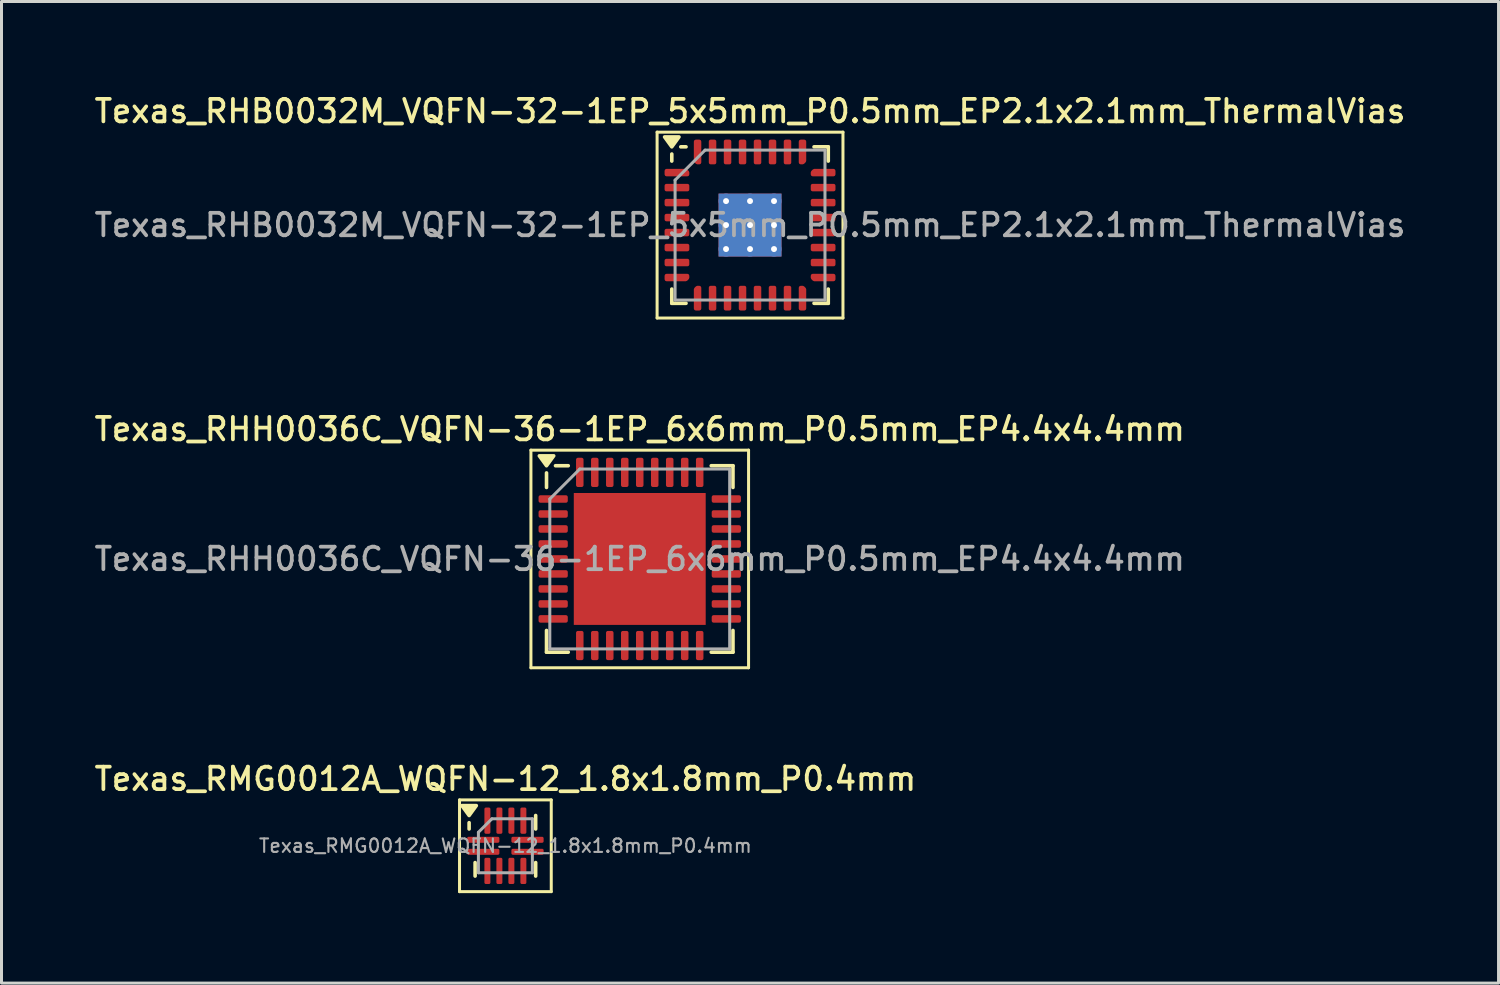
<source format=kicad_pcb>
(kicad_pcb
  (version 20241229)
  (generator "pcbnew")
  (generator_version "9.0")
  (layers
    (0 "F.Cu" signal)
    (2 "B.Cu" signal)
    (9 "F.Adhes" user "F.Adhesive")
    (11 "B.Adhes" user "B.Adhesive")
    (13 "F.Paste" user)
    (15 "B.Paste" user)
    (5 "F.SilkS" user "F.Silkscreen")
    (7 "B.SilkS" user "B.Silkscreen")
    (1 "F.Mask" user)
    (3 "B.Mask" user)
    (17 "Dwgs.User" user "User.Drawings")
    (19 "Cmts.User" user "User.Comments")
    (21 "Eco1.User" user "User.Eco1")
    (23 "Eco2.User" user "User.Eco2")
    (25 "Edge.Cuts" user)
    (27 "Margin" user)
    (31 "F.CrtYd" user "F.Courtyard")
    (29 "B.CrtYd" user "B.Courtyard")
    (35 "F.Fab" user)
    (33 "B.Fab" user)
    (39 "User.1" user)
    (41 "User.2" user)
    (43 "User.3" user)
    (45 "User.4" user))
  (footprint "Texas_RMG0012A_WQFN-12_1.8x1.8mm_P0.4mm"
    (layer "F.Cu")
    (at 13.809 25.164)
    (property "Reference" "Texas_RMG0012A_WQFN-12_1.8x1.8mm_P0.4mm" (at 0 -2.23 0) (layer "F.SilkS") (effects (font (size 0.75 0.75) (thickness 0.125))))
    (attr smd)
    (fp_line (start -1.53 -1.53) (end -1.53 1.53) (stroke (width 0.1) (type solid)) (layer "F.SilkS"))
    (fp_line (start -1.53 1.53) (end 1.53 1.53) (stroke (width 0.1) (type solid)) (layer "F.SilkS"))
    (fp_line (start -1.21 -0.56) (end -1.21 -0.77) (stroke (width 0.12) (type solid)) (layer "F.SilkS"))
    (fp_line (start -1.01 1.01) (end -1.01 0.56) (stroke (width 0.12) (type solid)) (layer "F.SilkS"))
    (fp_line (start 1.01 -1.01) (end 1.01 -0.56) (stroke (width 0.12) (type solid)) (layer "F.SilkS"))
    (fp_line (start 1.01 1.01) (end 1.01 0.56) (stroke (width 0.12) (type solid)) (layer "F.SilkS"))
    (fp_line (start 1.53 -1.53) (end -1.53 -1.53) (stroke (width 0.1) (type solid)) (layer "F.SilkS"))
    (fp_line (start 1.53 1.53) (end 1.53 -1.53) (stroke (width 0.1) (type solid)) (layer "F.SilkS"))
    (fp_poly (pts (xy -1.21 -1.01) (xy -1.45 -1.34) (xy -0.97 -1.34) (xy -1.21 -1.01)) (stroke (width 0.12) (type solid)) (fill yes) (layer "F.SilkS"))
    (fp_line (start -0.9 -0.45) (end -0.45 -0.9) (stroke (width 0.1) (type solid)) (layer "F.Fab"))
    (fp_line (start -0.9 0.9) (end -0.9 -0.45) (stroke (width 0.1) (type solid)) (layer "F.Fab"))
    (fp_line (start -0.45 -0.9) (end 0.9 -0.9) (stroke (width 0.1) (type solid)) (layer "F.Fab"))
    (fp_line (start 0.9 -0.9) (end 0.9 0.9) (stroke (width 0.1) (type solid)) (layer "F.Fab"))
    (fp_line (start 0.9 0.9) (end -0.9 0.9) (stroke (width 0.1) (type solid)) (layer "F.Fab"))
    (fp_text user "${REFERENCE}" (at 0 0 0) (layer "F.Fab") (effects (font (size 0.45 0.45) (thickness 0.07))))
    (pad "1" smd roundrect (at -0.738 -0.2) (size 1.075 0.2) (layers "F.Cu" "F.Mask" "F.Paste") (roundrect_rratio 0.25))
    (pad "2" smd roundrect (at -0.738 0.2) (size 1.075 0.2) (layers "F.Cu" "F.Mask" "F.Paste") (roundrect_rratio 0.25))
    (pad "3" smd roundrect (at -0.6 0.838) (size 0.2 0.875) (layers "F.Cu" "F.Mask" "F.Paste") (roundrect_rratio 0.25))
    (pad "4" smd roundrect (at -0.2 0.838) (size 0.2 0.875) (layers "F.Cu" "F.Mask" "F.Paste") (roundrect_rratio 0.25))
    (pad "5" smd roundrect (at 0.2 0.838) (size 0.2 0.875) (layers "F.Cu" "F.Mask" "F.Paste") (roundrect_rratio 0.25))
    (pad "6" smd roundrect (at 0.6 0.838) (size 0.2 0.875) (layers "F.Cu" "F.Mask" "F.Paste") (roundrect_rratio 0.25))
    (pad "7" smd roundrect (at 0.738 0.2) (size 1.075 0.2) (layers "F.Cu" "F.Mask" "F.Paste") (roundrect_rratio 0.25))
    (pad "8" smd roundrect (at 0.738 -0.2) (size 1.075 0.2) (layers "F.Cu" "F.Mask" "F.Paste") (roundrect_rratio 0.25))
    (pad "9" smd roundrect (at 0.6 -0.838) (size 0.2 0.875) (layers "F.Cu" "F.Mask" "F.Paste") (roundrect_rratio 0.25))
    (pad "10" smd roundrect (at 0.2 -0.838) (size 0.2 0.875) (layers "F.Cu" "F.Mask" "F.Paste") (roundrect_rratio 0.25))
    (pad "11" smd roundrect (at -0.2 -0.838) (size 0.2 0.875) (layers "F.Cu" "F.Mask" "F.Paste") (roundrect_rratio 0.25))
    (pad "12" smd roundrect (at -0.6 -0.838) (size 0.2 0.875) (layers "F.Cu" "F.Mask" "F.Paste") (roundrect_rratio 0.25)))
  (footprint "Texas_RHH0036C_VQFN-36-1EP_6x6mm_P0.5mm_EP4.4x4.4mm"
    (layer "F.Cu")
    (at 18.291 15.596)
    (property "Reference" "Texas_RHH0036C_VQFN-36-1EP_6x6mm_P0.5mm_EP4.4x4.4mm" (at 0 -4.33 0) (layer "F.SilkS") (effects (font (size 0.75 0.75) (thickness 0.125))))
    (attr smd)
    (fp_line (start -3.63 -3.63) (end -3.63 3.63) (stroke (width 0.1) (type solid)) (layer "F.SilkS"))
    (fp_line (start -3.63 3.63) (end 3.63 3.63) (stroke (width 0.1) (type solid)) (layer "F.SilkS"))
    (fp_line (start -3.11 -2.385) (end -3.11 -2.87) (stroke (width 0.12) (type solid)) (layer "F.SilkS"))
    (fp_line (start -3.11 3.11) (end -3.11 2.385) (stroke (width 0.12) (type solid)) (layer "F.SilkS"))
    (fp_line (start -2.385 -3.11) (end -2.81 -3.11) (stroke (width 0.12) (type solid)) (layer "F.SilkS"))
    (fp_line (start -2.385 3.11) (end -3.11 3.11) (stroke (width 0.12) (type solid)) (layer "F.SilkS"))
    (fp_line (start 2.385 -3.11) (end 3.11 -3.11) (stroke (width 0.12) (type solid)) (layer "F.SilkS"))
    (fp_line (start 2.385 3.11) (end 3.11 3.11) (stroke (width 0.12) (type solid)) (layer "F.SilkS"))
    (fp_line (start 3.11 -3.11) (end 3.11 -2.385) (stroke (width 0.12) (type solid)) (layer "F.SilkS"))
    (fp_line (start 3.11 3.11) (end 3.11 2.385) (stroke (width 0.12) (type solid)) (layer "F.SilkS"))
    (fp_line (start 3.63 -3.63) (end -3.63 -3.63) (stroke (width 0.1) (type solid)) (layer "F.SilkS"))
    (fp_line (start 3.63 3.63) (end 3.63 -3.63) (stroke (width 0.1) (type solid)) (layer "F.SilkS"))
    (fp_poly (pts (xy -3.11 -3.11) (xy -3.35 -3.44) (xy -2.87 -3.44) (xy -3.11 -3.11)) (stroke (width 0.12) (type solid)) (fill yes) (layer "F.SilkS"))
    (fp_line (start -3 -2) (end -2 -3) (stroke (width 0.1) (type solid)) (layer "F.Fab"))
    (fp_line (start -3 3) (end -3 -2) (stroke (width 0.1) (type solid)) (layer "F.Fab"))
    (fp_line (start -2 -3) (end 3 -3) (stroke (width 0.1) (type solid)) (layer "F.Fab"))
    (fp_line (start 3 -3) (end 3 3) (stroke (width 0.1) (type solid)) (layer "F.Fab"))
    (fp_line (start 3 3) (end -3 3) (stroke (width 0.1) (type solid)) (layer "F.Fab"))
    (fp_text user "${REFERENCE}" (at 0 0 0) (layer "F.Fab") (effects (font (size 0.75 0.75) (thickness 0.125))))
    (pad "" smd roundrect (at -1.47 -1.47) (size 1.18 1.18) (layers "F.Paste") (roundrect_rratio 0.212))
    (pad "" smd roundrect (at -1.47 0) (size 1.18 1.18) (layers "F.Paste") (roundrect_rratio 0.212))
    (pad "" smd roundrect (at -1.47 1.47) (size 1.18 1.18) (layers "F.Paste") (roundrect_rratio 0.212))
    (pad "" smd roundrect (at 0 -1.47) (size 1.18 1.18) (layers "F.Paste") (roundrect_rratio 0.212))
    (pad "" smd roundrect (at 0 0) (size 1.18 1.18) (layers "F.Paste") (roundrect_rratio 0.212))
    (pad "" smd roundrect (at 0 1.47) (size 1.18 1.18) (layers "F.Paste") (roundrect_rratio 0.212))
    (pad "" smd roundrect (at 1.47 -1.47) (size 1.18 1.18) (layers "F.Paste") (roundrect_rratio 0.212))
    (pad "" smd roundrect (at 1.47 0) (size 1.18 1.18) (layers "F.Paste") (roundrect_rratio 0.212))
    (pad "" smd roundrect (at 1.47 1.47) (size 1.18 1.18) (layers "F.Paste") (roundrect_rratio 0.212))
    (pad "1" smd roundrect (at -2.888 -2) (size 0.975 0.25) (layers "F.Cu" "F.Mask" "F.Paste") (roundrect_rratio 0.25))
    (pad "2" smd roundrect (at -2.888 -1.5) (size 0.975 0.25) (layers "F.Cu" "F.Mask" "F.Paste") (roundrect_rratio 0.25))
    (pad "3" smd roundrect (at -2.888 -1) (size 0.975 0.25) (layers "F.Cu" "F.Mask" "F.Paste") (roundrect_rratio 0.25))
    (pad "4" smd roundrect (at -2.888 -0.5) (size 0.975 0.25) (layers "F.Cu" "F.Mask" "F.Paste") (roundrect_rratio 0.25))
    (pad "5" smd roundrect (at -2.888 0) (size 0.975 0.25) (layers "F.Cu" "F.Mask" "F.Paste") (roundrect_rratio 0.25))
    (pad "6" smd roundrect (at -2.888 0.5) (size 0.975 0.25) (layers "F.Cu" "F.Mask" "F.Paste") (roundrect_rratio 0.25))
    (pad "7" smd roundrect (at -2.888 1) (size 0.975 0.25) (layers "F.Cu" "F.Mask" "F.Paste") (roundrect_rratio 0.25))
    (pad "8" smd roundrect (at -2.888 1.5) (size 0.975 0.25) (layers "F.Cu" "F.Mask" "F.Paste") (roundrect_rratio 0.25))
    (pad "9" smd roundrect (at -2.888 2) (size 0.975 0.25) (layers "F.Cu" "F.Mask" "F.Paste") (roundrect_rratio 0.25))
    (pad "10" smd roundrect (at -2 2.888) (size 0.25 0.975) (layers "F.Cu" "F.Mask" "F.Paste") (roundrect_rratio 0.25))
    (pad "11" smd roundrect (at -1.5 2.888) (size 0.25 0.975) (layers "F.Cu" "F.Mask" "F.Paste") (roundrect_rratio 0.25))
    (pad "12" smd roundrect (at -1 2.888) (size 0.25 0.975) (layers "F.Cu" "F.Mask" "F.Paste") (roundrect_rratio 0.25))
    (pad "13" smd roundrect (at -0.5 2.888) (size 0.25 0.975) (layers "F.Cu" "F.Mask" "F.Paste") (roundrect_rratio 0.25))
    (pad "14" smd roundrect (at 0 2.888) (size 0.25 0.975) (layers "F.Cu" "F.Mask" "F.Paste") (roundrect_rratio 0.25))
    (pad "15" smd roundrect (at 0.5 2.888) (size 0.25 0.975) (layers "F.Cu" "F.Mask" "F.Paste") (roundrect_rratio 0.25))
    (pad "16" smd roundrect (at 1 2.888) (size 0.25 0.975) (layers "F.Cu" "F.Mask" "F.Paste") (roundrect_rratio 0.25))
    (pad "17" smd roundrect (at 1.5 2.888) (size 0.25 0.975) (layers "F.Cu" "F.Mask" "F.Paste") (roundrect_rratio 0.25))
    (pad "18" smd roundrect (at 2 2.888) (size 0.25 0.975) (layers "F.Cu" "F.Mask" "F.Paste") (roundrect_rratio 0.25))
    (pad "19" smd roundrect (at 2.888 2) (size 0.975 0.25) (layers "F.Cu" "F.Mask" "F.Paste") (roundrect_rratio 0.25))
    (pad "20" smd roundrect (at 2.888 1.5) (size 0.975 0.25) (layers "F.Cu" "F.Mask" "F.Paste") (roundrect_rratio 0.25))
    (pad "21" smd roundrect (at 2.888 1) (size 0.975 0.25) (layers "F.Cu" "F.Mask" "F.Paste") (roundrect_rratio 0.25))
    (pad "22" smd roundrect (at 2.888 0.5) (size 0.975 0.25) (layers "F.Cu" "F.Mask" "F.Paste") (roundrect_rratio 0.25))
    (pad "23" smd roundrect (at 2.888 0) (size 0.975 0.25) (layers "F.Cu" "F.Mask" "F.Paste") (roundrect_rratio 0.25))
    (pad "24" smd roundrect (at 2.888 -0.5) (size 0.975 0.25) (layers "F.Cu" "F.Mask" "F.Paste") (roundrect_rratio 0.25))
    (pad "25" smd roundrect (at 2.888 -1) (size 0.975 0.25) (layers "F.Cu" "F.Mask" "F.Paste") (roundrect_rratio 0.25))
    (pad "26" smd roundrect (at 2.888 -1.5) (size 0.975 0.25) (layers "F.Cu" "F.Mask" "F.Paste") (roundrect_rratio 0.25))
    (pad "27" smd roundrect (at 2.888 -2) (size 0.975 0.25) (layers "F.Cu" "F.Mask" "F.Paste") (roundrect_rratio 0.25))
    (pad "28" smd roundrect (at 2 -2.888) (size 0.25 0.975) (layers "F.Cu" "F.Mask" "F.Paste") (roundrect_rratio 0.25))
    (pad "29" smd roundrect (at 1.5 -2.888) (size 0.25 0.975) (layers "F.Cu" "F.Mask" "F.Paste") (roundrect_rratio 0.25))
    (pad "30" smd roundrect (at 1 -2.888) (size 0.25 0.975) (layers "F.Cu" "F.Mask" "F.Paste") (roundrect_rratio 0.25))
    (pad "31" smd roundrect (at 0.5 -2.888) (size 0.25 0.975) (layers "F.Cu" "F.Mask" "F.Paste") (roundrect_rratio 0.25))
    (pad "32" smd roundrect (at 0 -2.888) (size 0.25 0.975) (layers "F.Cu" "F.Mask" "F.Paste") (roundrect_rratio 0.25))
    (pad "33" smd roundrect (at -0.5 -2.888) (size 0.25 0.975) (layers "F.Cu" "F.Mask" "F.Paste") (roundrect_rratio 0.25))
    (pad "34" smd roundrect (at -1 -2.888) (size 0.25 0.975) (layers "F.Cu" "F.Mask" "F.Paste") (roundrect_rratio 0.25))
    (pad "35" smd roundrect (at -1.5 -2.888) (size 0.25 0.975) (layers "F.Cu" "F.Mask" "F.Paste") (roundrect_rratio 0.25))
    (pad "36" smd roundrect (at -2 -2.888) (size 0.25 0.975) (layers "F.Cu" "F.Mask" "F.Paste") (roundrect_rratio 0.25))
    (pad "37" smd rect (at 0 0) (size 4.4 4.4) (property pad_prop_heatsink) (layers "F.Cu" "F.Mask")))
  (footprint "Texas_RHB0032M_VQFN-32-1EP_5x5mm_P0.5mm_EP2.1x2.1mm_ThermalVias"
    (layer "F.Cu")
    (at 21.97 4.458)
    (property "Reference" "Texas_RHB0032M_VQFN-32-1EP_5x5mm_P0.5mm_EP2.1x2.1mm_ThermalVias" (at 0 -3.8 0) (layer "F.SilkS") (effects (font (size 0.75 0.75) (thickness 0.125))))
    (attr smd)
    (fp_line (start -3.1 -3.1) (end -3.1 3.1) (stroke (width 0.1) (type solid)) (layer "F.SilkS"))
    (fp_line (start -3.1 3.1) (end 3.1 3.1) (stroke (width 0.1) (type solid)) (layer "F.SilkS"))
    (fp_line (start -2.61 -2.135) (end -2.61 -2.37) (stroke (width 0.12) (type solid)) (layer "F.SilkS"))
    (fp_line (start -2.61 2.61) (end -2.61 2.135) (stroke (width 0.12) (type solid)) (layer "F.SilkS"))
    (fp_line (start -2.135 -2.61) (end -2.31 -2.61) (stroke (width 0.12) (type solid)) (layer "F.SilkS"))
    (fp_line (start -2.135 2.61) (end -2.61 2.61) (stroke (width 0.12) (type solid)) (layer "F.SilkS"))
    (fp_line (start 2.135 -2.61) (end 2.61 -2.61) (stroke (width 0.12) (type solid)) (layer "F.SilkS"))
    (fp_line (start 2.135 2.61) (end 2.61 2.61) (stroke (width 0.12) (type solid)) (layer "F.SilkS"))
    (fp_line (start 2.61 -2.61) (end 2.61 -2.135) (stroke (width 0.12) (type solid)) (layer "F.SilkS"))
    (fp_line (start 2.61 2.61) (end 2.61 2.135) (stroke (width 0.12) (type solid)) (layer "F.SilkS"))
    (fp_line (start 3.1 -3.1) (end -3.1 -3.1) (stroke (width 0.1) (type solid)) (layer "F.SilkS"))
    (fp_line (start 3.1 3.1) (end 3.1 -3.1) (stroke (width 0.1) (type solid)) (layer "F.SilkS"))
    (fp_poly (pts (xy -2.61 -2.61) (xy -2.85 -2.94) (xy -2.37 -2.94) (xy -2.61 -2.61)) (stroke (width 0.12) (type solid)) (fill yes) (layer "F.SilkS"))
    (fp_line (start -2.5 -1.5) (end -1.5 -2.5) (stroke (width 0.1) (type solid)) (layer "F.Fab"))
    (fp_line (start -2.5 2.5) (end -2.5 -1.5) (stroke (width 0.1) (type solid)) (layer "F.Fab"))
    (fp_line (start -1.5 -2.5) (end 2.5 -2.5) (stroke (width 0.1) (type solid)) (layer "F.Fab"))
    (fp_line (start 2.5 -2.5) (end 2.5 2.5) (stroke (width 0.1) (type solid)) (layer "F.Fab"))
    (fp_line (start 2.5 2.5) (end -2.5 2.5) (stroke (width 0.1) (type solid)) (layer "F.Fab"))
    (fp_text user "${REFERENCE}" (at 0 0 0) (layer "F.Fab") (effects (font (size 0.75 0.75) (thickness 0.125))))
    (pad "" smd roundrect (at -0.525 -0.525) (size 0.94 0.94) (layers "F.Paste") (roundrect_rratio 0.25))
    (pad "" smd roundrect (at -0.525 0.525) (size 0.94 0.94) (layers "F.Paste") (roundrect_rratio 0.25))
    (pad "" smd roundrect (at 0.525 -0.525) (size 0.94 0.94) (layers "F.Paste") (roundrect_rratio 0.25))
    (pad "" smd roundrect (at 0.525 0.525) (size 0.94 0.94) (layers "F.Paste") (roundrect_rratio 0.25))
    (pad "1" smd custom (at -2.438 -1.75) (size 0.186 0.186) (layers "F.Cu" "F.Mask" "F.Paste") (options (anchor circle)) (primitives (gr_poly (pts (xy -0.35 -0.062) (xy 0.297 -0.062) (xy 0.35 -0.009) (xy 0.35 0.062) (xy -0.35 0.062)) (width 0.125) (fill yes))))
    (pad "2" smd roundrect (at -2.438 -1.25) (size 0.825 0.25) (layers "F.Cu" "F.Mask" "F.Paste") (roundrect_rratio 0.25))
    (pad "3" smd roundrect (at -2.438 -0.75) (size 0.825 0.25) (layers "F.Cu" "F.Mask" "F.Paste") (roundrect_rratio 0.25))
    (pad "4" smd roundrect (at -2.438 -0.25) (size 0.825 0.25) (layers "F.Cu" "F.Mask" "F.Paste") (roundrect_rratio 0.25))
    (pad "5" smd roundrect (at -2.438 0.25) (size 0.825 0.25) (layers "F.Cu" "F.Mask" "F.Paste") (roundrect_rratio 0.25))
    (pad "6" smd roundrect (at -2.438 0.75) (size 0.825 0.25) (layers "F.Cu" "F.Mask" "F.Paste") (roundrect_rratio 0.25))
    (pad "7" smd roundrect (at -2.438 1.25) (size 0.825 0.25) (layers "F.Cu" "F.Mask" "F.Paste") (roundrect_rratio 0.25))
    (pad "8" smd custom (at -2.438 1.75) (size 0.186 0.186) (layers "F.Cu" "F.Mask" "F.Paste") (options (anchor circle)) (primitives (gr_poly (pts (xy -0.35 -0.062) (xy 0.35 -0.062) (xy 0.35 0.009) (xy 0.297 0.062) (xy -0.35 0.062)) (width 0.125) (fill yes))))
    (pad "9" smd custom (at -1.75 2.438) (size 0.186 0.186) (layers "F.Cu" "F.Mask" "F.Paste") (options (anchor circle)) (primitives (gr_poly (pts (xy -0.062 -0.297) (xy -0.009 -0.35) (xy 0.062 -0.35) (xy 0.062 0.35) (xy -0.062 0.35)) (width 0.125) (fill yes))))
    (pad "10" smd roundrect (at -1.25 2.438) (size 0.25 0.825) (layers "F.Cu" "F.Mask" "F.Paste") (roundrect_rratio 0.25))
    (pad "11" smd roundrect (at -0.75 2.438) (size 0.25 0.825) (layers "F.Cu" "F.Mask" "F.Paste") (roundrect_rratio 0.25))
    (pad "12" smd roundrect (at -0.25 2.438) (size 0.25 0.825) (layers "F.Cu" "F.Mask" "F.Paste") (roundrect_rratio 0.25))
    (pad "13" smd roundrect (at 0.25 2.438) (size 0.25 0.825) (layers "F.Cu" "F.Mask" "F.Paste") (roundrect_rratio 0.25))
    (pad "14" smd roundrect (at 0.75 2.438) (size 0.25 0.825) (layers "F.Cu" "F.Mask" "F.Paste") (roundrect_rratio 0.25))
    (pad "15" smd roundrect (at 1.25 2.438) (size 0.25 0.825) (layers "F.Cu" "F.Mask" "F.Paste") (roundrect_rratio 0.25))
    (pad "16" smd custom (at 1.75 2.438) (size 0.186 0.186) (layers "F.Cu" "F.Mask" "F.Paste") (options (anchor circle)) (primitives (gr_poly (pts (xy -0.062 -0.35) (xy 0.009 -0.35) (xy 0.062 -0.297) (xy 0.062 0.35) (xy -0.062 0.35)) (width 0.125) (fill yes))))
    (pad "17" smd custom (at 2.438 1.75) (size 0.186 0.186) (layers "F.Cu" "F.Mask" "F.Paste") (options (anchor circle)) (primitives (gr_poly (pts (xy -0.35 -0.062) (xy 0.35 -0.062) (xy 0.35 0.062) (xy -0.297 0.062) (xy -0.35 0.009)) (width 0.125) (fill yes))))
    (pad "18" smd roundrect (at 2.438 1.25) (size 0.825 0.25) (layers "F.Cu" "F.Mask" "F.Paste") (roundrect_rratio 0.25))
    (pad "19" smd roundrect (at 2.438 0.75) (size 0.825 0.25) (layers "F.Cu" "F.Mask" "F.Paste") (roundrect_rratio 0.25))
    (pad "20" smd roundrect (at 2.438 0.25) (size 0.825 0.25) (layers "F.Cu" "F.Mask" "F.Paste") (roundrect_rratio 0.25))
    (pad "21" smd roundrect (at 2.438 -0.25) (size 0.825 0.25) (layers "F.Cu" "F.Mask" "F.Paste") (roundrect_rratio 0.25))
    (pad "22" smd roundrect (at 2.438 -0.75) (size 0.825 0.25) (layers "F.Cu" "F.Mask" "F.Paste") (roundrect_rratio 0.25))
    (pad "23" smd roundrect (at 2.438 -1.25) (size 0.825 0.25) (layers "F.Cu" "F.Mask" "F.Paste") (roundrect_rratio 0.25))
    (pad "24" smd custom (at 2.438 -1.75) (size 0.186 0.186) (layers "F.Cu" "F.Mask" "F.Paste") (options (anchor circle)) (primitives (gr_poly (pts (xy -0.35 -0.009) (xy -0.297 -0.062) (xy 0.35 -0.062) (xy 0.35 0.062) (xy -0.35 0.062)) (width 0.125) (fill yes))))
    (pad "25" smd custom (at 1.75 -2.438) (size 0.186 0.186) (layers "F.Cu" "F.Mask" "F.Paste") (options (anchor circle)) (primitives (gr_poly (pts (xy -0.062 -0.35) (xy 0.062 -0.35) (xy 0.062 0.297) (xy 0.009 0.35) (xy -0.062 0.35)) (width 0.125) (fill yes))))
    (pad "26" smd roundrect (at 1.25 -2.438) (size 0.25 0.825) (layers "F.Cu" "F.Mask" "F.Paste") (roundrect_rratio 0.25))
    (pad "27" smd roundrect (at 0.75 -2.438) (size 0.25 0.825) (layers "F.Cu" "F.Mask" "F.Paste") (roundrect_rratio 0.25))
    (pad "28" smd roundrect (at 0.25 -2.438) (size 0.25 0.825) (layers "F.Cu" "F.Mask" "F.Paste") (roundrect_rratio 0.25))
    (pad "29" smd roundrect (at -0.25 -2.438) (size 0.25 0.825) (layers "F.Cu" "F.Mask" "F.Paste") (roundrect_rratio 0.25))
    (pad "30" smd roundrect (at -0.75 -2.438) (size 0.25 0.825) (layers "F.Cu" "F.Mask" "F.Paste") (roundrect_rratio 0.25))
    (pad "31" smd roundrect (at -1.25 -2.438) (size 0.25 0.825) (layers "F.Cu" "F.Mask" "F.Paste") (roundrect_rratio 0.25))
    (pad "32" smd custom (at -1.75 -2.438) (size 0.186 0.186) (layers "F.Cu" "F.Mask" "F.Paste") (options (anchor circle)) (primitives (gr_poly (pts (xy -0.062 -0.35) (xy 0.062 -0.35) (xy 0.062 0.35) (xy -0.009 0.35) (xy -0.062 0.297)) (width 0.125) (fill yes))))
    (pad "33" thru_hole circle (at -0.8 -0.8) (size 0.5 0.5) (drill 0.2) (property pad_prop_heatsink) (layers "*.Cu"))
    (pad "33" thru_hole circle (at -0.8 0) (size 0.5 0.5) (drill 0.2) (property pad_prop_heatsink) (layers "*.Cu"))
    (pad "33" thru_hole circle (at -0.8 0.8) (size 0.5 0.5) (drill 0.2) (property pad_prop_heatsink) (layers "*.Cu"))
    (pad "33" thru_hole circle (at 0 -0.8) (size 0.5 0.5) (drill 0.2) (property pad_prop_heatsink) (layers "*.Cu"))
    (pad "33" thru_hole circle (at 0 0) (size 0.5 0.5) (drill 0.2) (property pad_prop_heatsink) (layers "*.Cu"))
    (pad "33" smd rect (at 0 0) (size 2.1 2.1) (property pad_prop_heatsink) (layers "F.Cu" "F.Mask"))
    (pad "33" smd rect (at 0 0) (size 2.1 2.1) (property pad_prop_heatsink) (layers "B.Cu"))
    (pad "33" thru_hole circle (at 0 0.8) (size 0.5 0.5) (drill 0.2) (property pad_prop_heatsink) (layers "*.Cu"))
    (pad "33" thru_hole circle (at 0.8 -0.8) (size 0.5 0.5) (drill 0.2) (property pad_prop_heatsink) (layers "*.Cu"))
    (pad "33" thru_hole circle (at 0.8 0) (size 0.5 0.5) (drill 0.2) (property pad_prop_heatsink) (layers "*.Cu"))
    (pad "33" thru_hole circle (at 0.8 0.8) (size 0.5 0.5) (drill 0.2) (property pad_prop_heatsink) (layers "*.Cu")))
  (gr_rect
    (start -3 -3)
    (end 46.939 29.744)
    (stroke (width 0.1) (type default))
    (fill no)
    (layer "Edge.Cuts")))
</source>
